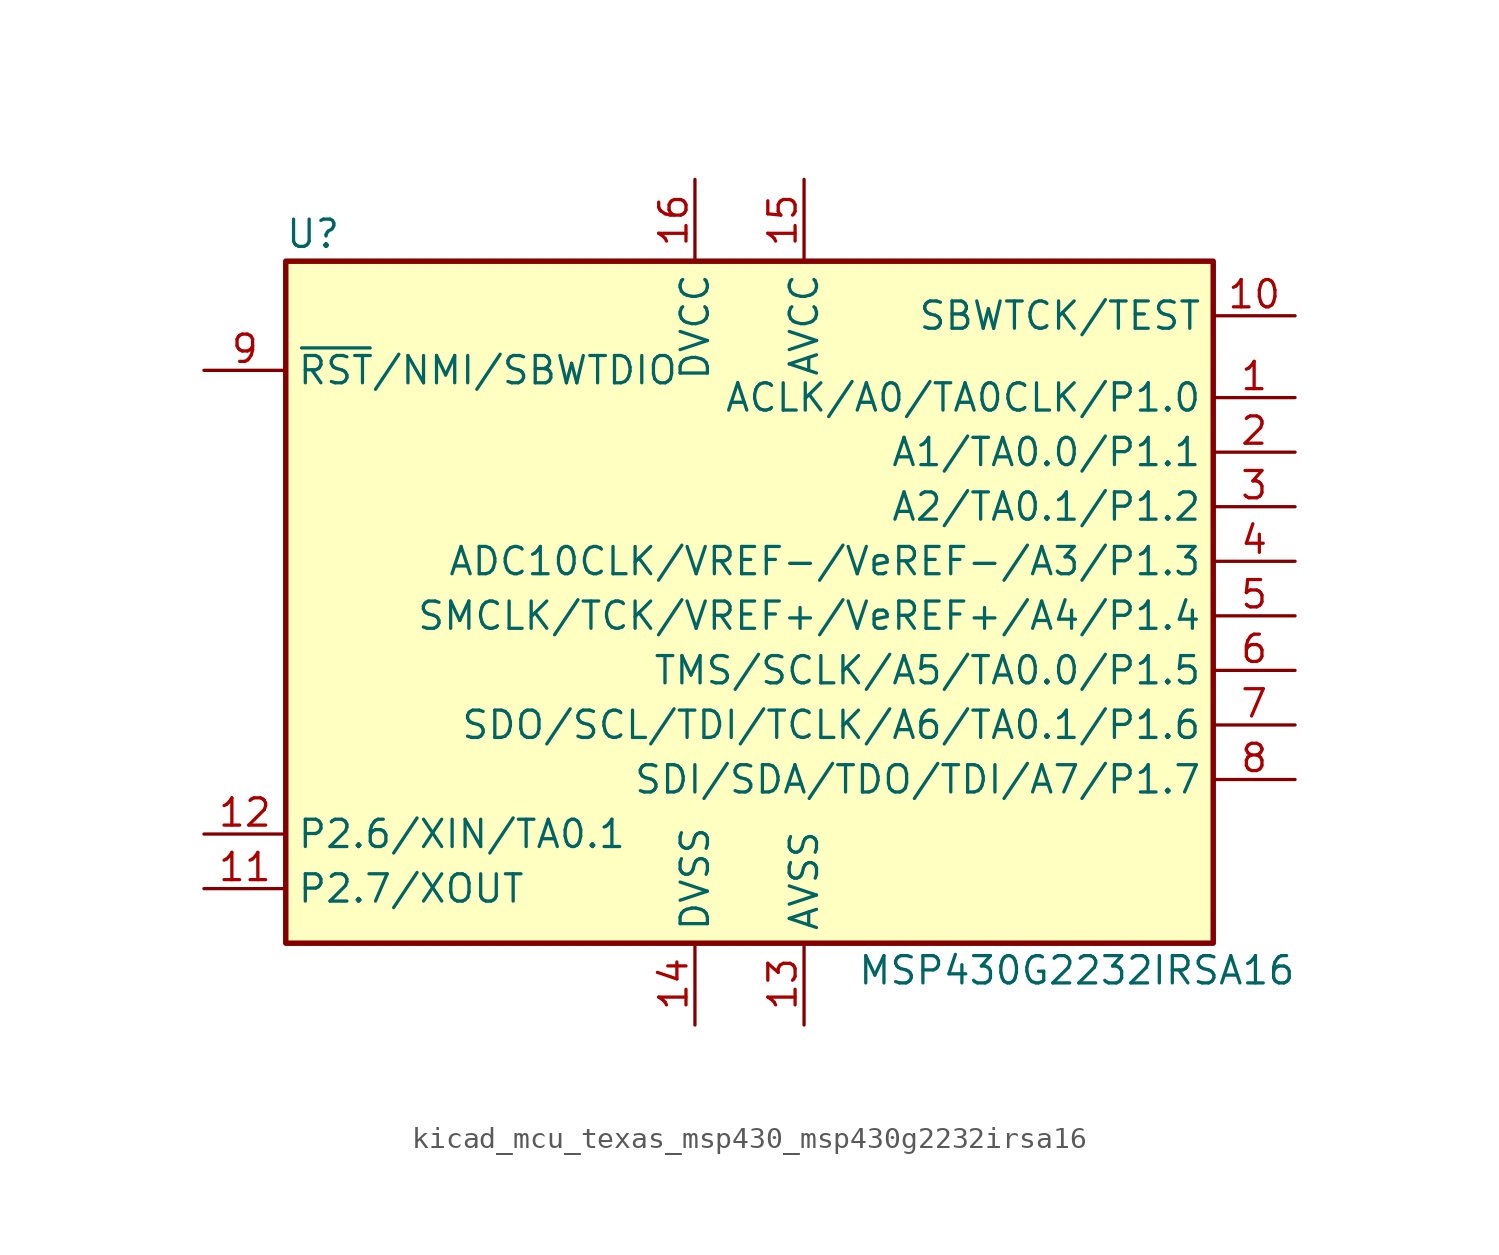
<source format=kicad_sym>
(kicad_symbol_lib
  (version 20220914)
  (generator kicad_symbol_editor)
  (symbol "kicad_mcu_texas_msp430_msp430g2232irsa16"
    (property "Reference" "U"
      (at -20.32 17.78 0)
      (effects (font (size 1.27 1.27))))
    (property "Value" "MSP430G2232IRSA16"
      (at 15.24 -16.51 0)
      (effects (font (size 1.27 1.27))))
    (symbol "kicad_mcu_texas_msp430_msp430g2232irsa16_0_1"
      (rectangle (start -21.59 16.51) (end 21.59 -15.24) (stroke (width 0.254) (type default)) (fill (type background))))
    (symbol "kicad_mcu_texas_msp430_msp430g2232irsa16_1_1"
      (pin bidirectional line (at 25.4 10.16 180) (length 3.81) (name "ACLK/A0/TA0CLK/P1.0" (effects (font (size 1.27 1.27)))) (number "1" (effects (font (size 1.27 1.27)))))
      (pin input line (at 25.4 13.97 180) (length 3.81) (name "SBWTCK/TEST" (effects (font (size 1.27 1.27)))) (number "10" (effects (font (size 1.27 1.27)))))
      (pin bidirectional line (at -25.4 -12.7 0) (length 3.81) (name "P2.7/XOUT" (effects (font (size 1.27 1.27)))) (number "11" (effects (font (size 1.27 1.27)))))
      (pin bidirectional line (at -25.4 -10.16 0) (length 3.81) (name "P2.6/XIN/TA0.1" (effects (font (size 1.27 1.27)))) (number "12" (effects (font (size 1.27 1.27)))))
      (pin power_in line (at 2.54 -19.05 90) (length 3.81) (name "AVSS" (effects (font (size 1.27 1.27)))) (number "13" (effects (font (size 1.27 1.27)))))
      (pin power_in line (at -2.54 -19.05 90) (length 3.81) (name "DVSS" (effects (font (size 1.27 1.27)))) (number "14" (effects (font (size 1.27 1.27)))))
      (pin power_in line (at 2.54 20.32 270) (length 3.81) (name "AVCC" (effects (font (size 1.27 1.27)))) (number "15" (effects (font (size 1.27 1.27)))))
      (pin power_in line (at -2.54 20.32 270) (length 3.81) (name "DVCC" (effects (font (size 1.27 1.27)))) (number "16" (effects (font (size 1.27 1.27)))))
      (pin bidirectional line (at 25.4 7.62 180) (length 3.81) (name "A1/TA0.0/P1.1" (effects (font (size 1.27 1.27)))) (number "2" (effects (font (size 1.27 1.27)))))
      (pin bidirectional line (at 25.4 5.08 180) (length 3.81) (name "A2/TA0.1/P1.2" (effects (font (size 1.27 1.27)))) (number "3" (effects (font (size 1.27 1.27)))))
      (pin bidirectional line (at 25.4 2.54 180) (length 3.81) (name "ADC10CLK/VREF-/VeREF-/A3/P1.3" (effects (font (size 1.27 1.27)))) (number "4" (effects (font (size 1.27 1.27)))))
      (pin bidirectional line (at 25.4 0 180) (length 3.81) (name "SMCLK/TCK/VREF+/VeREF+/A4/P1.4" (effects (font (size 1.27 1.27)))) (number "5" (effects (font (size 1.27 1.27)))))
      (pin bidirectional line (at 25.4 -2.54 180) (length 3.81) (name "TMS/SCLK/A5/TA0.0/P1.5" (effects (font (size 1.27 1.27)))) (number "6" (effects (font (size 1.27 1.27)))))
      (pin bidirectional line (at 25.4 -5.08 180) (length 3.81) (name "SDO/SCL/TDI/TCLK/A6/TA0.1/P1.6" (effects (font (size 1.27 1.27)))) (number "7" (effects (font (size 1.27 1.27)))))
      (pin bidirectional line (at 25.4 -7.62 180) (length 3.81) (name "SDI/SDA/TDO/TDI/A7/P1.7" (effects (font (size 1.27 1.27)))) (number "8" (effects (font (size 1.27 1.27)))))
      (pin input line (at -25.4 11.43 0) (length 3.81) (name "~{RST}/NMI/SBWTDIO" (effects (font (size 1.27 1.27)))) (number "9" (effects (font (size 1.27 1.27))))))))
</source>
